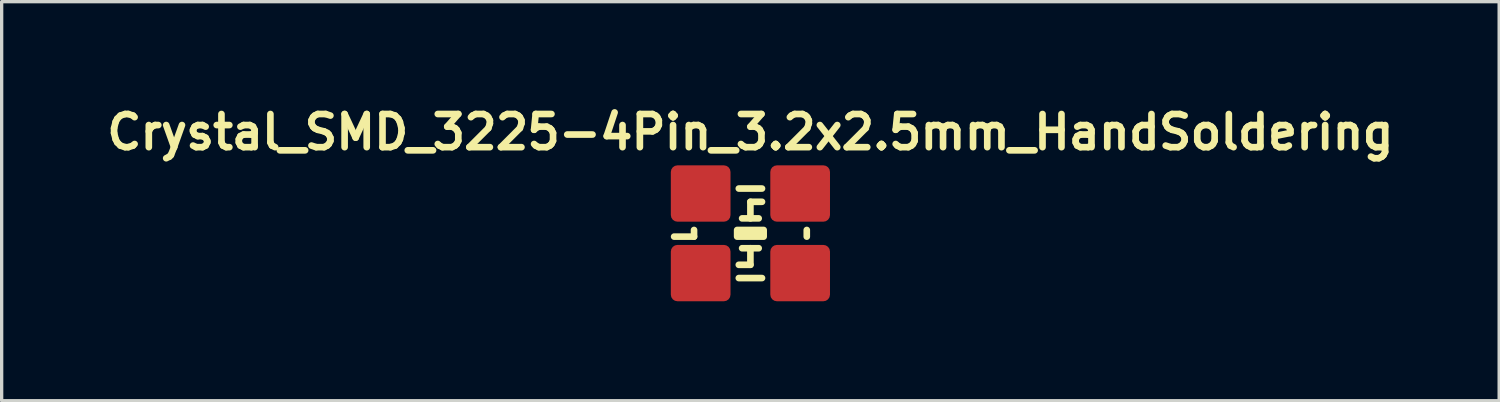
<source format=kicad_pcb>
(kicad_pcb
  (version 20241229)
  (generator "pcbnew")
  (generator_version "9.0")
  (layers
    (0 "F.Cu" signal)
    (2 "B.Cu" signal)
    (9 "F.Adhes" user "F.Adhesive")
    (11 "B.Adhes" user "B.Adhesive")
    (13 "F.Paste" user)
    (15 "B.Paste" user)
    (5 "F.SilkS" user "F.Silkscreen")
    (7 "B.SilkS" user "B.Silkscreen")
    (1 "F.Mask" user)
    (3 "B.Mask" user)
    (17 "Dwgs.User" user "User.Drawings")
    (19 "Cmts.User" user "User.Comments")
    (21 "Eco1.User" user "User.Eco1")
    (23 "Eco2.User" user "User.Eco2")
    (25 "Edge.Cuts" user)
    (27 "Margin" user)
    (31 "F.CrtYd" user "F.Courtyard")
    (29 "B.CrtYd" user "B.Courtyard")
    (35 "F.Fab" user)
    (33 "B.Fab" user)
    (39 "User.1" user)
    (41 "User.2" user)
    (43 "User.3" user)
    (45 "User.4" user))
  (footprint "Crystal_SMD_3225-4Pin_3.2x2.5mm_HandSoldering"
    (layer "F.Cu")
    (at 19.581 3.986)
    (property "Reference" "Crystal_SMD_3225-4Pin_3.2x2.5mm_HandSoldering" (at 0 -3.05 0) (layer "F.SilkS") (effects (font (size 1 1) (thickness 0.2) (bold yes))))
    (attr smd)
    (fp_line (start -2.3 0.1) (end -1.7 0.1) (stroke (width 0.2) (type default)) (layer "F.SilkS"))
    (fp_line (start -1.7 -0.1) (end -1.7 0.1) (stroke (width 0.2) (type default)) (layer "F.SilkS"))
    (fp_line (start -0.35 -1.35) (end 0.35 -1.35) (stroke (width 0.2) (type default)) (layer "F.SilkS"))
    (fp_line (start -0.35 1.35) (end 0.35 1.35) (stroke (width 0.2) (type default)) (layer "F.SilkS"))
    (fp_line (start -0.25 -0.45) (end 0.25 -0.45) (stroke (width 0.2) (type default)) (layer "F.SilkS"))
    (fp_line (start -0.25 0.45) (end 0.25 0.45) (stroke (width 0.2) (type default)) (layer "F.SilkS"))
    (fp_line (start 0 -0.95) (end 0.35 -0.95) (stroke (width 0.2) (type default)) (layer "F.SilkS"))
    (fp_line (start 0 -0.45) (end 0 -0.95) (stroke (width 0.2) (type default)) (layer "F.SilkS"))
    (fp_line (start 0 0.45) (end 0 0.95) (stroke (width 0.2) (type default)) (layer "F.SilkS"))
    (fp_line (start 0 0.95) (end -0.35 0.95) (stroke (width 0.2) (type default)) (layer "F.SilkS"))
    (fp_line (start 1.7 -0.1) (end 1.7 0.1) (stroke (width 0.2) (type default)) (layer "F.SilkS"))
    (fp_rect (start -0.4 0.1) (end 0.4 -0.1) (stroke (width 0.2) (type default)) (fill no) (layer "F.SilkS"))
    (fp_rect (start -1.5 -1.15) (end 1.5 1.15) (stroke (width 0.2) (type default)) (fill no) (layer "User.1"))
    (pad "1" smd roundrect (at -1.5 1.2 90) (size 1.7 1.8) (layers "F.Cu" "F.Mask" "F.Paste") (roundrect_rratio 0.118))
    (pad "2" smd roundrect (at 1.5 1.2 90) (size 1.7 1.8) (layers "F.Cu" "F.Mask" "F.Paste") (roundrect_rratio 0.118))
    (pad "3" smd roundrect (at 1.5 -1.2 90) (size 1.7 1.8) (layers "F.Cu" "F.Mask" "F.Paste") (roundrect_rratio 0.118))
    (pad "4" smd roundrect (at -1.5 -1.2 90) (size 1.7 1.8) (layers "F.Cu" "F.Mask" "F.Paste") (roundrect_rratio 0.118)))
  (gr_rect
    (start -3 -3)
    (end 42.162 9.036)
    (stroke (width 0.1) (type default))
    (fill no)
    (layer "Edge.Cuts")))
</source>
